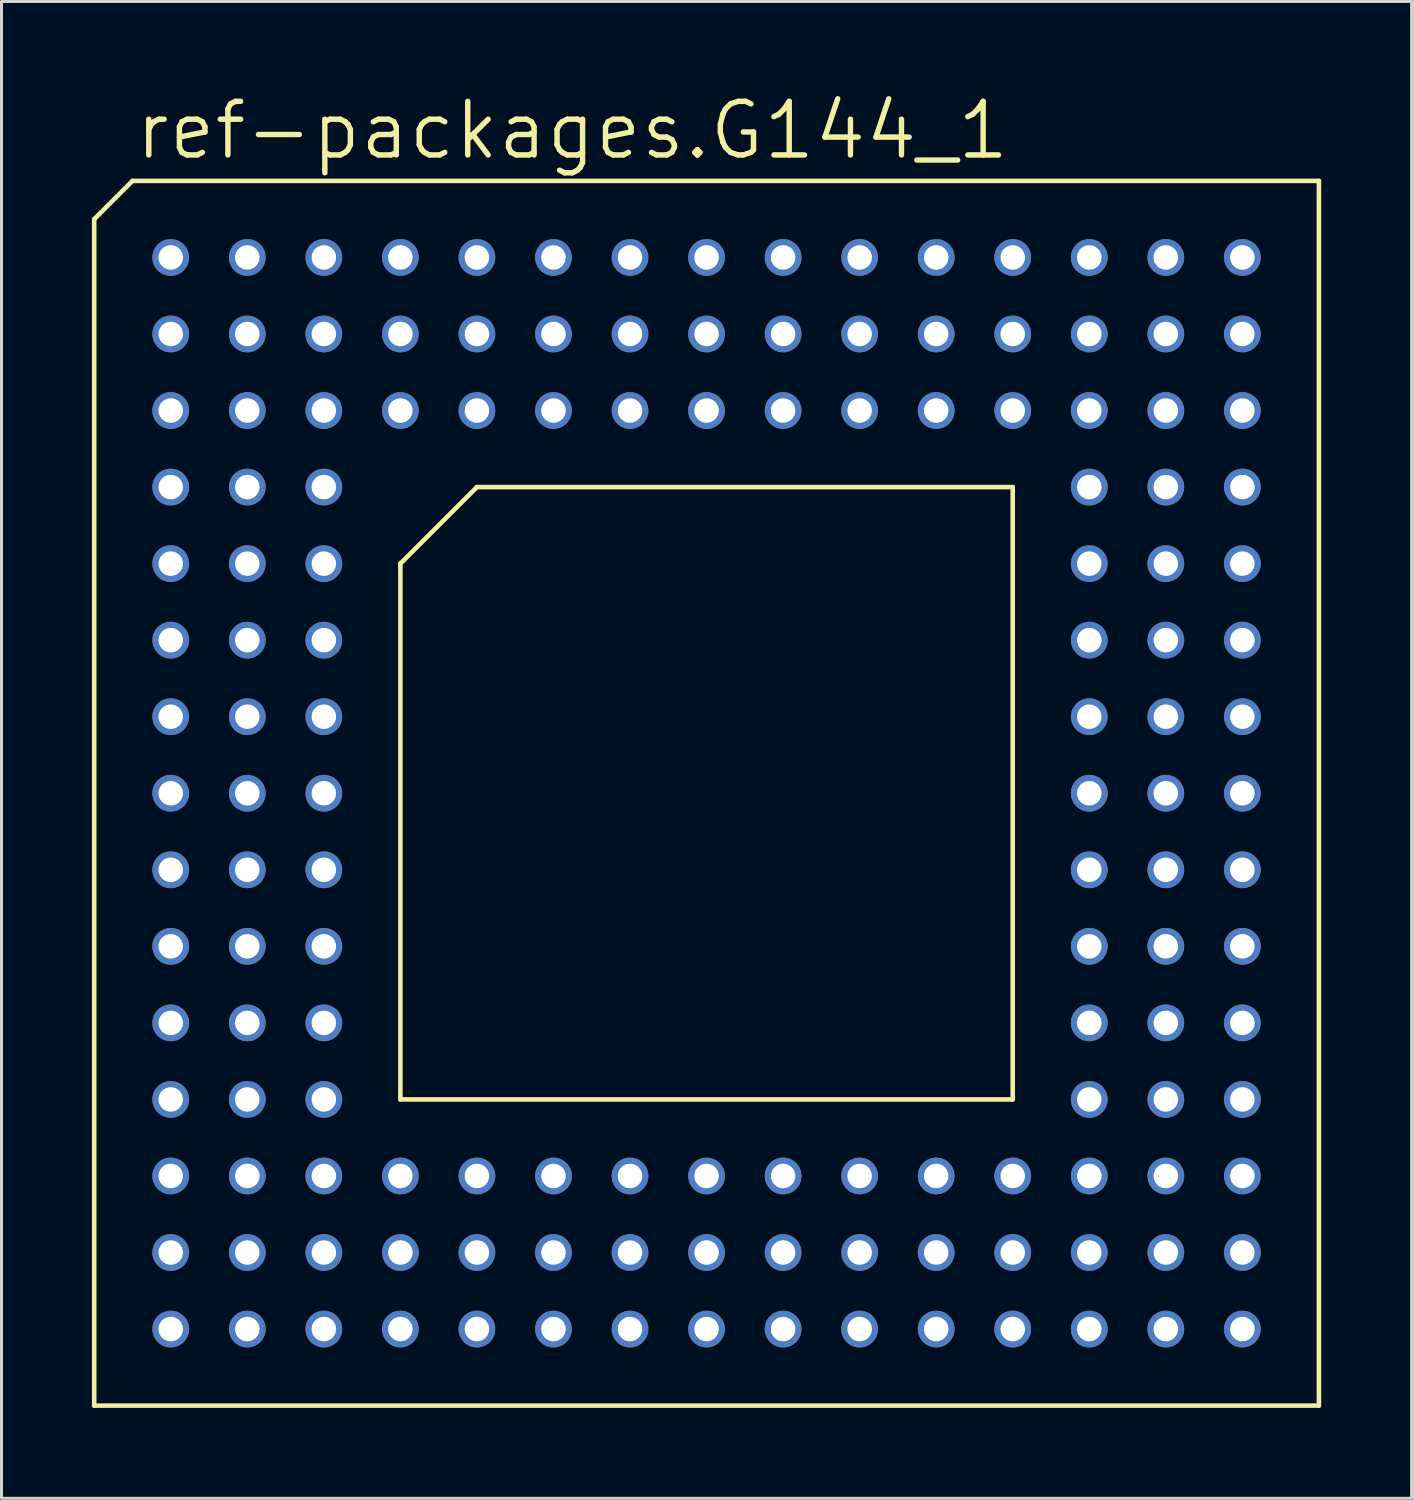
<source format=kicad_pcb>
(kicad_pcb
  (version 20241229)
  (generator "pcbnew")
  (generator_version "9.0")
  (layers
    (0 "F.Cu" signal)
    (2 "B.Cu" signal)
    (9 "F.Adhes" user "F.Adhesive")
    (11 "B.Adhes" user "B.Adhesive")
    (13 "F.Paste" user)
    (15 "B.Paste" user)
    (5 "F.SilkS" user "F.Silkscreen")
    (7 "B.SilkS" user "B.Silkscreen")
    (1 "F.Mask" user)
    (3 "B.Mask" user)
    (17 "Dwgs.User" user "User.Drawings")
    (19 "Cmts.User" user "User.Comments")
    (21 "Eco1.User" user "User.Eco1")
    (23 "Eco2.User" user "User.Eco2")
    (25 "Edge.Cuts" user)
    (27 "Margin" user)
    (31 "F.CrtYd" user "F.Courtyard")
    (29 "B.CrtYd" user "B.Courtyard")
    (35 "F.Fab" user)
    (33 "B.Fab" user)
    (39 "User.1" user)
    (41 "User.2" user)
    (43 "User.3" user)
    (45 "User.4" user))
  (footprint "ref-packages.G144_1"
    (layer "F.Cu")
    (at 20.396 23.273)
    (property "Reference" "ref-packages.G144_1" (at -19.05 -20.955 0) (layer "F.SilkS") (effects (font (size 1.778 1.778) (thickness 0.18)) (justify left bottom)))
    (attr through_hole)
    (fp_line (start -20.32 -19.05) (end -19.05 -20.32) (stroke (width 0.152) (type default)) (layer "F.SilkS"))
    (fp_line (start -20.32 20.32) (end -20.32 -19.05) (stroke (width 0.152) (type default)) (layer "F.SilkS"))
    (fp_line (start -19.05 -20.32) (end 20.32 -20.32) (stroke (width 0.152) (type default)) (layer "F.SilkS"))
    (fp_line (start -10.16 -7.62) (end -7.62 -10.16) (stroke (width 0.152) (type default)) (layer "F.SilkS"))
    (fp_line (start -10.16 10.16) (end -10.16 -7.62) (stroke (width 0.152) (type default)) (layer "F.SilkS"))
    (fp_line (start -7.62 -10.16) (end 10.16 -10.16) (stroke (width 0.152) (type default)) (layer "F.SilkS"))
    (fp_line (start 10.16 -10.16) (end 10.16 10.16) (stroke (width 0.152) (type default)) (layer "F.SilkS"))
    (fp_line (start 10.16 10.16) (end -10.16 10.16) (stroke (width 0.152) (type default)) (layer "F.SilkS"))
    (fp_line (start 20.32 -20.32) (end 20.32 20.32) (stroke (width 0.152) (type default)) (layer "F.SilkS"))
    (fp_line (start 20.32 20.32) (end -20.32 20.32) (stroke (width 0.152) (type default)) (layer "F.SilkS"))
    (pad "A1" thru_hole circle (at -17.78 -17.78) (size 1.219 1.219) (drill 0.813) (layers "*.Cu" "*.Mask"))
    (pad "A2" thru_hole circle (at -15.24 -17.78) (size 1.219 1.219) (drill 0.813) (layers "*.Cu" "*.Mask"))
    (pad "A3" thru_hole circle (at -12.7 -17.78) (size 1.219 1.219) (drill 0.813) (layers "*.Cu" "*.Mask"))
    (pad "A4" thru_hole circle (at -10.16 -17.78) (size 1.219 1.219) (drill 0.813) (layers "*.Cu" "*.Mask"))
    (pad "A5" thru_hole circle (at -7.62 -17.78) (size 1.219 1.219) (drill 0.813) (layers "*.Cu" "*.Mask"))
    (pad "A6" thru_hole circle (at -5.08 -17.78) (size 1.219 1.219) (drill 0.813) (layers "*.Cu" "*.Mask"))
    (pad "A7" thru_hole circle (at -2.54 -17.78) (size 1.219 1.219) (drill 0.813) (layers "*.Cu" "*.Mask"))
    (pad "A8" thru_hole circle (at 0 -17.78) (size 1.219 1.219) (drill 0.813) (layers "*.Cu" "*.Mask"))
    (pad "A9" thru_hole circle (at 2.54 -17.78) (size 1.219 1.219) (drill 0.813) (layers "*.Cu" "*.Mask"))
    (pad "A10" thru_hole circle (at 5.08 -17.78) (size 1.219 1.219) (drill 0.813) (layers "*.Cu" "*.Mask"))
    (pad "A11" thru_hole circle (at 7.62 -17.78) (size 1.219 1.219) (drill 0.813) (layers "*.Cu" "*.Mask"))
    (pad "A12" thru_hole circle (at 10.16 -17.78) (size 1.219 1.219) (drill 0.813) (layers "*.Cu" "*.Mask"))
    (pad "A13" thru_hole circle (at 12.7 -17.78) (size 1.219 1.219) (drill 0.813) (layers "*.Cu" "*.Mask"))
    (pad "A14" thru_hole circle (at 15.24 -17.78) (size 1.219 1.219) (drill 0.813) (layers "*.Cu" "*.Mask"))
    (pad "A15" thru_hole circle (at 17.78 -17.78) (size 1.219 1.219) (drill 0.813) (layers "*.Cu" "*.Mask"))
    (pad "B1" thru_hole circle (at -17.78 -15.24) (size 1.219 1.219) (drill 0.813) (layers "*.Cu" "*.Mask"))
    (pad "B2" thru_hole circle (at -15.24 -15.24) (size 1.219 1.219) (drill 0.813) (layers "*.Cu" "*.Mask"))
    (pad "B3" thru_hole circle (at -12.7 -15.24) (size 1.219 1.219) (drill 0.813) (layers "*.Cu" "*.Mask"))
    (pad "B4" thru_hole circle (at -10.16 -15.24) (size 1.219 1.219) (drill 0.813) (layers "*.Cu" "*.Mask"))
    (pad "B5" thru_hole circle (at -7.62 -15.24) (size 1.219 1.219) (drill 0.813) (layers "*.Cu" "*.Mask"))
    (pad "B6" thru_hole circle (at -5.08 -15.24) (size 1.219 1.219) (drill 0.813) (layers "*.Cu" "*.Mask"))
    (pad "B7" thru_hole circle (at -2.54 -15.24) (size 1.219 1.219) (drill 0.813) (layers "*.Cu" "*.Mask"))
    (pad "B8" thru_hole circle (at 0 -15.24) (size 1.219 1.219) (drill 0.813) (layers "*.Cu" "*.Mask"))
    (pad "B9" thru_hole circle (at 2.54 -15.24) (size 1.219 1.219) (drill 0.813) (layers "*.Cu" "*.Mask"))
    (pad "B10" thru_hole circle (at 5.08 -15.24) (size 1.219 1.219) (drill 0.813) (layers "*.Cu" "*.Mask"))
    (pad "B11" thru_hole circle (at 7.62 -15.24) (size 1.219 1.219) (drill 0.813) (layers "*.Cu" "*.Mask"))
    (pad "B12" thru_hole circle (at 10.16 -15.24) (size 1.219 1.219) (drill 0.813) (layers "*.Cu" "*.Mask"))
    (pad "B13" thru_hole circle (at 12.7 -15.24) (size 1.219 1.219) (drill 0.813) (layers "*.Cu" "*.Mask"))
    (pad "B14" thru_hole circle (at 15.24 -15.24) (size 1.219 1.219) (drill 0.813) (layers "*.Cu" "*.Mask"))
    (pad "B15" thru_hole circle (at 17.78 -15.24) (size 1.219 1.219) (drill 0.813) (layers "*.Cu" "*.Mask"))
    (pad "C1" thru_hole circle (at -17.78 -12.7) (size 1.219 1.219) (drill 0.813) (layers "*.Cu" "*.Mask"))
    (pad "C2" thru_hole circle (at -15.24 -12.7) (size 1.219 1.219) (drill 0.813) (layers "*.Cu" "*.Mask"))
    (pad "C3" thru_hole circle (at -12.7 -12.7) (size 1.219 1.219) (drill 0.813) (layers "*.Cu" "*.Mask"))
    (pad "C4" thru_hole circle (at -10.16 -12.7) (size 1.219 1.219) (drill 0.813) (layers "*.Cu" "*.Mask"))
    (pad "C5" thru_hole circle (at -7.62 -12.7) (size 1.219 1.219) (drill 0.813) (layers "*.Cu" "*.Mask"))
    (pad "C6" thru_hole circle (at -5.08 -12.7) (size 1.219 1.219) (drill 0.813) (layers "*.Cu" "*.Mask"))
    (pad "C7" thru_hole circle (at -2.54 -12.7) (size 1.219 1.219) (drill 0.813) (layers "*.Cu" "*.Mask"))
    (pad "C8" thru_hole circle (at 0 -12.7) (size 1.219 1.219) (drill 0.813) (layers "*.Cu" "*.Mask"))
    (pad "C9" thru_hole circle (at 2.54 -12.7) (size 1.219 1.219) (drill 0.813) (layers "*.Cu" "*.Mask"))
    (pad "C10" thru_hole circle (at 5.08 -12.7) (size 1.219 1.219) (drill 0.813) (layers "*.Cu" "*.Mask"))
    (pad "C11" thru_hole circle (at 7.62 -12.7) (size 1.219 1.219) (drill 0.813) (layers "*.Cu" "*.Mask"))
    (pad "C12" thru_hole circle (at 10.16 -12.7) (size 1.219 1.219) (drill 0.813) (layers "*.Cu" "*.Mask"))
    (pad "C13" thru_hole circle (at 12.7 -12.7) (size 1.219 1.219) (drill 0.813) (layers "*.Cu" "*.Mask"))
    (pad "C14" thru_hole circle (at 15.24 -12.7) (size 1.219 1.219) (drill 0.813) (layers "*.Cu" "*.Mask"))
    (pad "C15" thru_hole circle (at 17.78 -12.7) (size 1.219 1.219) (drill 0.813) (layers "*.Cu" "*.Mask"))
    (pad "D1" thru_hole circle (at -17.78 -10.16) (size 1.219 1.219) (drill 0.813) (layers "*.Cu" "*.Mask"))
    (pad "D2" thru_hole circle (at -15.24 -10.16) (size 1.219 1.219) (drill 0.813) (layers "*.Cu" "*.Mask"))
    (pad "D3" thru_hole circle (at -12.7 -10.16) (size 1.219 1.219) (drill 0.813) (layers "*.Cu" "*.Mask"))
    (pad "D13" thru_hole circle (at 12.7 -10.16) (size 1.219 1.219) (drill 0.813) (layers "*.Cu" "*.Mask"))
    (pad "D14" thru_hole circle (at 15.24 -10.16) (size 1.219 1.219) (drill 0.813) (layers "*.Cu" "*.Mask"))
    (pad "D15" thru_hole circle (at 17.78 -10.16) (size 1.219 1.219) (drill 0.813) (layers "*.Cu" "*.Mask"))
    (pad "E1" thru_hole circle (at -17.78 -7.62) (size 1.219 1.219) (drill 0.813) (layers "*.Cu" "*.Mask"))
    (pad "E2" thru_hole circle (at -15.24 -7.62) (size 1.219 1.219) (drill 0.813) (layers "*.Cu" "*.Mask"))
    (pad "E3" thru_hole circle (at -12.7 -7.62) (size 1.219 1.219) (drill 0.813) (layers "*.Cu" "*.Mask"))
    (pad "E13" thru_hole circle (at 12.7 -7.62) (size 1.219 1.219) (drill 0.813) (layers "*.Cu" "*.Mask"))
    (pad "E14" thru_hole circle (at 15.24 -7.62) (size 1.219 1.219) (drill 0.813) (layers "*.Cu" "*.Mask"))
    (pad "E15" thru_hole circle (at 17.78 -7.62) (size 1.219 1.219) (drill 0.813) (layers "*.Cu" "*.Mask"))
    (pad "F1" thru_hole circle (at -17.78 -5.08) (size 1.219 1.219) (drill 0.813) (layers "*.Cu" "*.Mask"))
    (pad "F2" thru_hole circle (at -15.24 -5.08) (size 1.219 1.219) (drill 0.813) (layers "*.Cu" "*.Mask"))
    (pad "F3" thru_hole circle (at -12.7 -5.08) (size 1.219 1.219) (drill 0.813) (layers "*.Cu" "*.Mask"))
    (pad "F13" thru_hole circle (at 12.7 -5.08) (size 1.219 1.219) (drill 0.813) (layers "*.Cu" "*.Mask"))
    (pad "F14" thru_hole circle (at 15.24 -5.08) (size 1.219 1.219) (drill 0.813) (layers "*.Cu" "*.Mask"))
    (pad "F15" thru_hole circle (at 17.78 -5.08) (size 1.219 1.219) (drill 0.813) (layers "*.Cu" "*.Mask"))
    (pad "G1" thru_hole circle (at -17.78 -2.54) (size 1.219 1.219) (drill 0.813) (layers "*.Cu" "*.Mask"))
    (pad "G2" thru_hole circle (at -15.24 -2.54) (size 1.219 1.219) (drill 0.813) (layers "*.Cu" "*.Mask"))
    (pad "G3" thru_hole circle (at -12.7 -2.54) (size 1.219 1.219) (drill 0.813) (layers "*.Cu" "*.Mask"))
    (pad "G13" thru_hole circle (at 12.7 -2.54) (size 1.219 1.219) (drill 0.813) (layers "*.Cu" "*.Mask"))
    (pad "G14" thru_hole circle (at 15.24 -2.54) (size 1.219 1.219) (drill 0.813) (layers "*.Cu" "*.Mask"))
    (pad "G15" thru_hole circle (at 17.78 -2.54) (size 1.219 1.219) (drill 0.813) (layers "*.Cu" "*.Mask"))
    (pad "H1" thru_hole circle (at -17.78 0) (size 1.219 1.219) (drill 0.813) (layers "*.Cu" "*.Mask"))
    (pad "H2" thru_hole circle (at -15.24 0) (size 1.219 1.219) (drill 0.813) (layers "*.Cu" "*.Mask"))
    (pad "H3" thru_hole circle (at -12.7 0) (size 1.219 1.219) (drill 0.813) (layers "*.Cu" "*.Mask"))
    (pad "H13" thru_hole circle (at 12.7 0) (size 1.219 1.219) (drill 0.813) (layers "*.Cu" "*.Mask"))
    (pad "H14" thru_hole circle (at 15.24 0) (size 1.219 1.219) (drill 0.813) (layers "*.Cu" "*.Mask"))
    (pad "H15" thru_hole circle (at 17.78 0) (size 1.219 1.219) (drill 0.813) (layers "*.Cu" "*.Mask"))
    (pad "J1" thru_hole circle (at -17.78 2.54) (size 1.219 1.219) (drill 0.813) (layers "*.Cu" "*.Mask"))
    (pad "J2" thru_hole circle (at -15.24 2.54) (size 1.219 1.219) (drill 0.813) (layers "*.Cu" "*.Mask"))
    (pad "J3" thru_hole circle (at -12.7 2.54) (size 1.219 1.219) (drill 0.813) (layers "*.Cu" "*.Mask"))
    (pad "J13" thru_hole circle (at 12.7 2.54) (size 1.219 1.219) (drill 0.813) (layers "*.Cu" "*.Mask"))
    (pad "J14" thru_hole circle (at 15.24 2.54) (size 1.219 1.219) (drill 0.813) (layers "*.Cu" "*.Mask"))
    (pad "J15" thru_hole circle (at 17.78 2.54) (size 1.219 1.219) (drill 0.813) (layers "*.Cu" "*.Mask"))
    (pad "K1" thru_hole circle (at -17.78 5.08) (size 1.219 1.219) (drill 0.813) (layers "*.Cu" "*.Mask"))
    (pad "K2" thru_hole circle (at -15.24 5.08) (size 1.219 1.219) (drill 0.813) (layers "*.Cu" "*.Mask"))
    (pad "K3" thru_hole circle (at -12.7 5.08) (size 1.219 1.219) (drill 0.813) (layers "*.Cu" "*.Mask"))
    (pad "K13" thru_hole circle (at 12.7 5.08) (size 1.219 1.219) (drill 0.813) (layers "*.Cu" "*.Mask"))
    (pad "K14" thru_hole circle (at 15.24 5.08) (size 1.219 1.219) (drill 0.813) (layers "*.Cu" "*.Mask"))
    (pad "K15" thru_hole circle (at 17.78 5.08) (size 1.219 1.219) (drill 0.813) (layers "*.Cu" "*.Mask"))
    (pad "L1" thru_hole circle (at -17.78 7.62) (size 1.219 1.219) (drill 0.813) (layers "*.Cu" "*.Mask"))
    (pad "L2" thru_hole circle (at -15.24 7.62) (size 1.219 1.219) (drill 0.813) (layers "*.Cu" "*.Mask"))
    (pad "L3" thru_hole circle (at -12.7 7.62) (size 1.219 1.219) (drill 0.813) (layers "*.Cu" "*.Mask"))
    (pad "L13" thru_hole circle (at 12.7 7.62) (size 1.219 1.219) (drill 0.813) (layers "*.Cu" "*.Mask"))
    (pad "L14" thru_hole circle (at 15.24 7.62) (size 1.219 1.219) (drill 0.813) (layers "*.Cu" "*.Mask"))
    (pad "L15" thru_hole circle (at 17.78 7.62) (size 1.219 1.219) (drill 0.813) (layers "*.Cu" "*.Mask"))
    (pad "M1" thru_hole circle (at -17.78 10.16) (size 1.219 1.219) (drill 0.813) (layers "*.Cu" "*.Mask"))
    (pad "M2" thru_hole circle (at -15.24 10.16) (size 1.219 1.219) (drill 0.813) (layers "*.Cu" "*.Mask"))
    (pad "M3" thru_hole circle (at -12.7 10.16) (size 1.219 1.219) (drill 0.813) (layers "*.Cu" "*.Mask"))
    (pad "M13" thru_hole circle (at 12.7 10.16) (size 1.219 1.219) (drill 0.813) (layers "*.Cu" "*.Mask"))
    (pad "M14" thru_hole circle (at 15.24 10.16) (size 1.219 1.219) (drill 0.813) (layers "*.Cu" "*.Mask"))
    (pad "M15" thru_hole circle (at 17.78 10.16) (size 1.219 1.219) (drill 0.813) (layers "*.Cu" "*.Mask"))
    (pad "N1" thru_hole circle (at -17.78 12.7) (size 1.219 1.219) (drill 0.813) (layers "*.Cu" "*.Mask"))
    (pad "N2" thru_hole circle (at -15.24 12.7) (size 1.219 1.219) (drill 0.813) (layers "*.Cu" "*.Mask"))
    (pad "N3" thru_hole circle (at -12.7 12.7) (size 1.219 1.219) (drill 0.813) (layers "*.Cu" "*.Mask"))
    (pad "N4" thru_hole circle (at -10.16 12.7) (size 1.219 1.219) (drill 0.813) (layers "*.Cu" "*.Mask"))
    (pad "N5" thru_hole circle (at -7.62 12.7) (size 1.219 1.219) (drill 0.813) (layers "*.Cu" "*.Mask"))
    (pad "N6" thru_hole circle (at -5.08 12.7) (size 1.219 1.219) (drill 0.813) (layers "*.Cu" "*.Mask"))
    (pad "N7" thru_hole circle (at -2.54 12.7) (size 1.219 1.219) (drill 0.813) (layers "*.Cu" "*.Mask"))
    (pad "N8" thru_hole circle (at 0 12.7) (size 1.219 1.219) (drill 0.813) (layers "*.Cu" "*.Mask"))
    (pad "N9" thru_hole circle (at 2.54 12.7) (size 1.219 1.219) (drill 0.813) (layers "*.Cu" "*.Mask"))
    (pad "N10" thru_hole circle (at 5.08 12.7) (size 1.219 1.219) (drill 0.813) (layers "*.Cu" "*.Mask"))
    (pad "N11" thru_hole circle (at 7.62 12.7) (size 1.219 1.219) (drill 0.813) (layers "*.Cu" "*.Mask"))
    (pad "N12" thru_hole circle (at 10.16 12.7) (size 1.219 1.219) (drill 0.813) (layers "*.Cu" "*.Mask"))
    (pad "N13" thru_hole circle (at 12.7 12.7) (size 1.219 1.219) (drill 0.813) (layers "*.Cu" "*.Mask"))
    (pad "N14" thru_hole circle (at 15.24 12.7) (size 1.219 1.219) (drill 0.813) (layers "*.Cu" "*.Mask"))
    (pad "N15" thru_hole circle (at 17.78 12.7) (size 1.219 1.219) (drill 0.813) (layers "*.Cu" "*.Mask"))
    (pad "P1" thru_hole circle (at -17.78 15.24) (size 1.219 1.219) (drill 0.813) (layers "*.Cu" "*.Mask"))
    (pad "P2" thru_hole circle (at -15.24 15.24) (size 1.219 1.219) (drill 0.813) (layers "*.Cu" "*.Mask"))
    (pad "P3" thru_hole circle (at -12.7 15.24) (size 1.219 1.219) (drill 0.813) (layers "*.Cu" "*.Mask"))
    (pad "P4" thru_hole circle (at -10.16 15.24) (size 1.219 1.219) (drill 0.813) (layers "*.Cu" "*.Mask"))
    (pad "P5" thru_hole circle (at -7.62 15.24) (size 1.219 1.219) (drill 0.813) (layers "*.Cu" "*.Mask"))
    (pad "P6" thru_hole circle (at -5.08 15.24) (size 1.219 1.219) (drill 0.813) (layers "*.Cu" "*.Mask"))
    (pad "P7" thru_hole circle (at -2.54 15.24) (size 1.219 1.219) (drill 0.813) (layers "*.Cu" "*.Mask"))
    (pad "P8" thru_hole circle (at 0 15.24) (size 1.219 1.219) (drill 0.813) (layers "*.Cu" "*.Mask"))
    (pad "P9" thru_hole circle (at 2.54 15.24) (size 1.219 1.219) (drill 0.813) (layers "*.Cu" "*.Mask"))
    (pad "P10" thru_hole circle (at 5.08 15.24) (size 1.219 1.219) (drill 0.813) (layers "*.Cu" "*.Mask"))
    (pad "P11" thru_hole circle (at 7.62 15.24) (size 1.219 1.219) (drill 0.813) (layers "*.Cu" "*.Mask"))
    (pad "P12" thru_hole circle (at 10.16 15.24) (size 1.219 1.219) (drill 0.813) (layers "*.Cu" "*.Mask"))
    (pad "P13" thru_hole circle (at 12.7 15.24) (size 1.219 1.219) (drill 0.813) (layers "*.Cu" "*.Mask"))
    (pad "P14" thru_hole circle (at 15.24 15.24) (size 1.219 1.219) (drill 0.813) (layers "*.Cu" "*.Mask"))
    (pad "P15" thru_hole circle (at 17.78 15.24) (size 1.219 1.219) (drill 0.813) (layers "*.Cu" "*.Mask"))
    (pad "R1" thru_hole circle (at -17.78 17.78) (size 1.219 1.219) (drill 0.813) (layers "*.Cu" "*.Mask"))
    (pad "R2" thru_hole circle (at -15.24 17.78) (size 1.219 1.219) (drill 0.813) (layers "*.Cu" "*.Mask"))
    (pad "R3" thru_hole circle (at -12.7 17.78) (size 1.219 1.219) (drill 0.813) (layers "*.Cu" "*.Mask"))
    (pad "R4" thru_hole circle (at -10.16 17.78) (size 1.219 1.219) (drill 0.813) (layers "*.Cu" "*.Mask"))
    (pad "R5" thru_hole circle (at -7.62 17.78) (size 1.219 1.219) (drill 0.813) (layers "*.Cu" "*.Mask"))
    (pad "R6" thru_hole circle (at -5.08 17.78) (size 1.219 1.219) (drill 0.813) (layers "*.Cu" "*.Mask"))
    (pad "R7" thru_hole circle (at -2.54 17.78) (size 1.219 1.219) (drill 0.813) (layers "*.Cu" "*.Mask"))
    (pad "R8" thru_hole circle (at 0 17.78) (size 1.219 1.219) (drill 0.813) (layers "*.Cu" "*.Mask"))
    (pad "R9" thru_hole circle (at 2.54 17.78) (size 1.219 1.219) (drill 0.813) (layers "*.Cu" "*.Mask"))
    (pad "R10" thru_hole circle (at 5.08 17.78) (size 1.219 1.219) (drill 0.813) (layers "*.Cu" "*.Mask"))
    (pad "R11" thru_hole circle (at 7.62 17.78) (size 1.219 1.219) (drill 0.813) (layers "*.Cu" "*.Mask"))
    (pad "R12" thru_hole circle (at 10.16 17.78) (size 1.219 1.219) (drill 0.813) (layers "*.Cu" "*.Mask"))
    (pad "R13" thru_hole circle (at 12.7 17.78) (size 1.219 1.219) (drill 0.813) (layers "*.Cu" "*.Mask"))
    (pad "R14" thru_hole circle (at 15.24 17.78) (size 1.219 1.219) (drill 0.813) (layers "*.Cu" "*.Mask"))
    (pad "R15" thru_hole circle (at 17.78 17.78) (size 1.219 1.219) (drill 0.813) (layers "*.Cu" "*.Mask")))
  (gr_rect
    (start -3 -3)
    (end 43.792 46.669)
    (stroke (width 0.1) (type default))
    (fill no)
    (layer "Edge.Cuts")))
</source>
